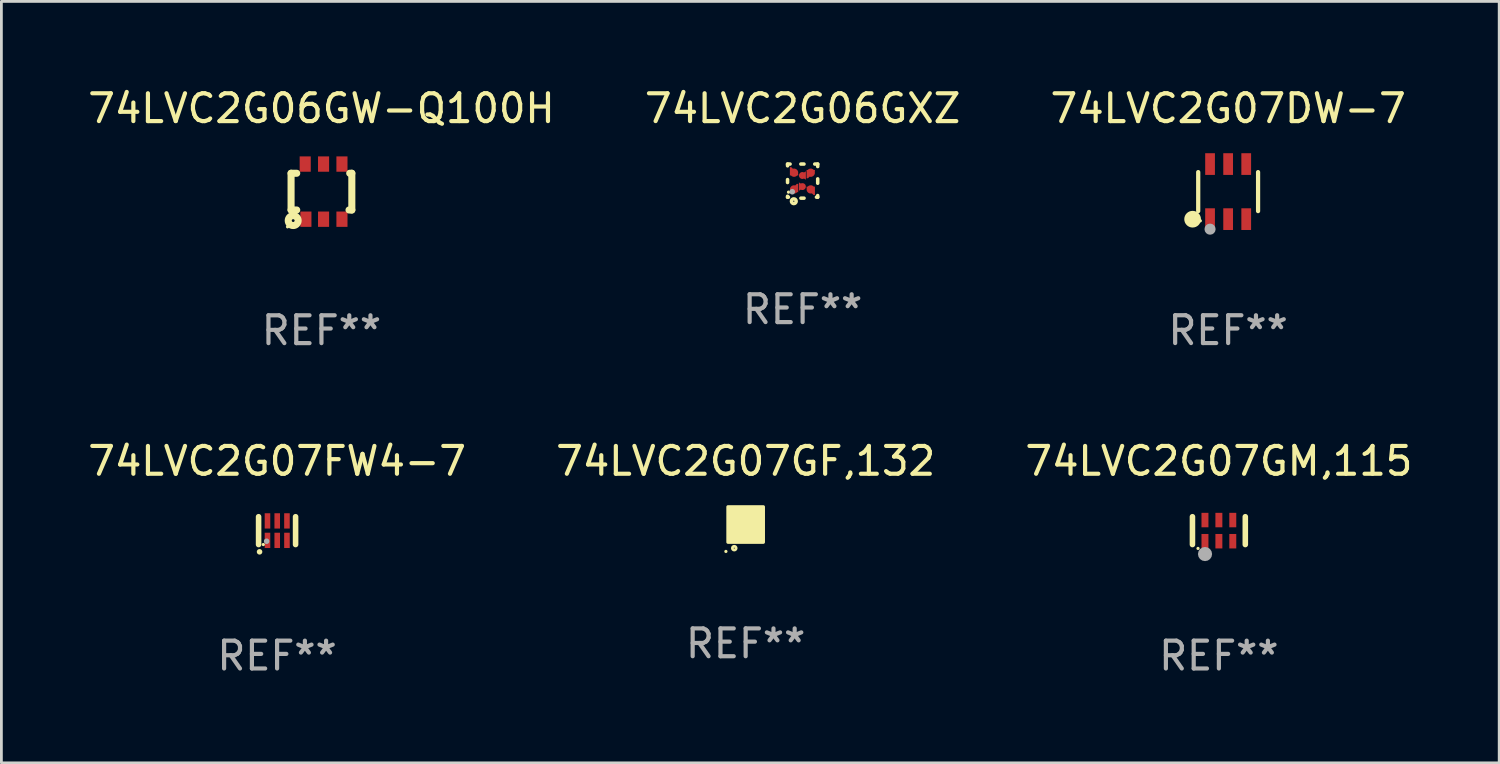
<source format=kicad_pcb>
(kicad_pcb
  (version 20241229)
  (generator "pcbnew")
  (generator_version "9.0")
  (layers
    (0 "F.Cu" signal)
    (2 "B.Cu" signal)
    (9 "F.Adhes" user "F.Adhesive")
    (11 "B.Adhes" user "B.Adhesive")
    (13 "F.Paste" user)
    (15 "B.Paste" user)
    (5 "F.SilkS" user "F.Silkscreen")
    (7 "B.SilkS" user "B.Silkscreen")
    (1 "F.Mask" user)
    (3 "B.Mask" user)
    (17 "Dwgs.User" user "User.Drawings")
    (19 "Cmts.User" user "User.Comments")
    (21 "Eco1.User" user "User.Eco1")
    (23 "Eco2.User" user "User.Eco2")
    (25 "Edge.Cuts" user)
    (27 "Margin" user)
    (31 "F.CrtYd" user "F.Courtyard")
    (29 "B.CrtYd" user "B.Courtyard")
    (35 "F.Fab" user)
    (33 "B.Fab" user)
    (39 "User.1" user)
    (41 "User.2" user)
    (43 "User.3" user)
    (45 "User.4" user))
  (footprint "74LVC2G06GXZ"
    (layer "F.Cu")
    (at 25.804 3.461)
    (property "Reference" "74LVC2G06GXZ" (at 0 -2.613 0) (layer "F.SilkS") (effects (font (size 1 1) (thickness 0.15))))
    (attr through_hole)
    (fp_line (start -0.542 -0.613) (end -0.451 -0.613) (stroke (width 0.127) (type solid)) (layer "F.SilkS"))
    (fp_line (start -0.542 -0.55) (end -0.542 -0.613) (stroke (width 0.127) (type solid)) (layer "F.SilkS"))
    (fp_line (start -0.542 0.05) (end -0.542 -0.055) (stroke (width 0.127) (type solid)) (layer "F.SilkS"))
    (fp_line (start -0.542 0.577) (end -0.542 0.545) (stroke (width 0.127) (type solid)) (layer "F.SilkS"))
    (fp_line (start -0.512 0.577) (end -0.542 0.577) (stroke (width 0.127) (type solid)) (layer "F.SilkS"))
    (fp_line (start -0.064 -0.613) (end 0.049 -0.613) (stroke (width 0.127) (type solid)) (layer "F.SilkS"))
    (fp_line (start -0.062 0.613) (end 0.051 0.613) (stroke (width 0.127) (type solid)) (layer "F.SilkS"))
    (fp_line (start 0.436 -0.613) (end 0.542 -0.613) (stroke (width 0.127) (type solid)) (layer "F.SilkS"))
    (fp_line (start 0.542 -0.613) (end 0.542 -0.524) (stroke (width 0.127) (type solid)) (layer "F.SilkS"))
    (fp_line (start 0.542 -0.081) (end 0.542 0.076) (stroke (width 0.127) (type solid)) (layer "F.SilkS"))
    (fp_line (start 0.542 0.519) (end 0.542 0.577) (stroke (width 0.127) (type solid)) (layer "F.SilkS"))
    (fp_line (start 0.542 0.577) (end 0.497 0.577) (stroke (width 0.127) (type solid)) (layer "F.SilkS"))
    (fp_circle (center -0.508 0.397) (end -0.478 0.397) (stroke (width 0.06) (type solid)) (fill no) (layer "F.SilkS"))
    (fp_circle (center -0.317 0.723) (end -0.296 0.723) (stroke (width 0.127) (type solid)) (fill no) (layer "F.SilkS"))
    (fp_circle (center -0.373 0.382) (end -0.322 0.382) (stroke (width 0.1) (type solid)) (fill no) (layer "F.Fab"))
    (fp_text user "REF**" (at 0 4.613 0) (layer "F.Fab") (effects (font (size 1 1) (thickness 0.15))))
    (pad "1" smd custom (at -0.308 0.298 90) (size 0.3 0.3) (layers "F.Cu" "F.Mask" "F.Paste") (options (anchor circle)) (primitives (gr_poly (pts (xy -0.1 0.15) (xy 0.2 0.15) (xy 0.2 0.1) (xy -0.05 -0.15) (xy -0.1 -0.15)) (width 0) (fill yes))))
    (pad "2" smd custom (at -0.008 0.197 90) (size 0.25 0.3) (layers "F.Cu" "F.Mask" "F.Paste") (options (anchor circle)) (primitives (gr_poly (pts (xy -0.15 -0.125) (xy 0.15 -0.125) (xy 0.000076 0.125)) (width 0) (fill yes))))
    (pad "3" smd custom (at 0.292 0.298 90) (size 0.3 0.3) (layers "F.Cu" "F.Mask" "F.Paste") (options (anchor circle)) (primitives (gr_poly (pts (xy 0.1 0.15) (xy 0.1 -0.15) (xy 0.05 -0.15) (xy -0.2 0.1) (xy -0.2 0.15)) (width 0) (fill yes))))
    (pad "4" smd custom (at 0.292 -0.302 90) (size 0.3 0.3) (layers "F.Cu" "F.Mask" "F.Paste") (options (anchor circle)) (primitives (gr_poly (pts (xy 0.1 -0.15) (xy -0.2 -0.15) (xy -0.2 -0.1) (xy 0.05 0.15) (xy 0.1 0.15)) (width 0) (fill yes))))
    (pad "5" smd custom (at -0.008 -0.202 90) (size 0.25 0.3) (layers "F.Cu" "F.Mask" "F.Paste") (options (anchor circle)) (primitives (gr_poly (pts (xy -0.15 0.125) (xy 0.15 0.125) (xy 0.000051 -0.125)) (width 0) (fill yes))))
    (pad "6" smd custom (at -0.308 -0.302 90) (size 0.3 0.3) (layers "F.Cu" "F.Mask" "F.Paste") (options (anchor circle)) (primitives (gr_poly (pts (xy -0.1 -0.15) (xy 0.2 -0.15) (xy 0.2 -0.1) (xy -0.05 0.15) (xy -0.1 0.15)) (width 0) (fill yes)))))
  (footprint "74LVC2G07DW-7"
    (layer "F.Cu")
    (at 41.101 3.838)
    (property "Reference" "74LVC2G07DW-7" (at 0 -2.99 0) (layer "F.SilkS") (effects (font (size 1 1) (thickness 0.15))))
    (attr through_hole)
    (fp_line (start -1.076 0.701) (end -1.076 -0.701) (stroke (width 0.152) (type solid)) (layer "F.SilkS"))
    (fp_line (start 1.076 0.701) (end 1.076 -0.701) (stroke (width 0.152) (type solid)) (layer "F.SilkS"))
    (fp_circle (center -1.277 0.992) (end -1.127 0.992) (stroke (width 0.3) (type solid)) (fill no) (layer "F.SilkS"))
    (fp_circle (center -1 1.05) (end -0.97 1.05) (stroke (width 0.06) (type solid)) (fill no) (layer "F.SilkS"))
    (fp_circle (center -0.65 1.35) (end -0.55 1.35) (stroke (width 0.2) (type solid)) (fill no) (layer "F.Fab"))
    (fp_text user "REF**" (at 0 4.99 0) (layer "F.Fab") (effects (font (size 1 1) (thickness 0.15))))
    (pad "1" smd rect (at -0.65 0.99) (size 0.35 0.78) (layers "F.Cu" "F.Mask" "F.Paste"))
    (pad "2" smd rect (at 0 0.99) (size 0.35 0.78) (layers "F.Cu" "F.Mask" "F.Paste"))
    (pad "3" smd rect (at 0.65 0.99) (size 0.35 0.78) (layers "F.Cu" "F.Mask" "F.Paste"))
    (pad "4" smd rect (at 0.65 -0.99) (size 0.35 0.78) (layers "F.Cu" "F.Mask" "F.Paste"))
    (pad "5" smd rect (at 0 -0.99) (size 0.35 0.78) (layers "F.Cu" "F.Mask" "F.Paste"))
    (pad "6" smd rect (at -0.65 -0.99) (size 0.35 0.78) (layers "F.Cu" "F.Mask" "F.Paste")))
  (footprint "74LVC2G07GM,115"
    (layer "F.Cu")
    (at 40.768 16.026)
    (property "Reference" "74LVC2G07GM,115" (at 0 -2.5 0) (layer "F.SilkS") (effects (font (size 1 1) (thickness 0.15))))
    (attr through_hole)
    (fp_line (start -0.95 0.5) (end -0.95 -0.5) (stroke (width 0.2) (type solid)) (layer "F.SilkS"))
    (fp_line (start 0.95 0.5) (end 0.95 -0.5) (stroke (width 0.2) (type solid)) (layer "F.SilkS"))
    (fp_circle (center -0.75 0.64) (end -0.72 0.64) (stroke (width 0.06) (type solid)) (fill no) (layer "F.SilkS"))
    (fp_circle (center -0.498 0.842) (end -0.371 0.842) (stroke (width 0.254) (type solid)) (fill no) (layer "F.Fab"))
    (fp_text user "REF**" (at 0 4.5 0) (layer "F.Fab") (effects (font (size 1 1) (thickness 0.15))))
    (pad "1" smd rect (at -0.5 0.38) (size 0.25 0.52) (layers "F.Cu" "F.Mask" "F.Paste"))
    (pad "2" smd rect (at 0 0.38) (size 0.25 0.52) (layers "F.Cu" "F.Mask" "F.Paste"))
    (pad "3" smd rect (at 0.5 0.38) (size 0.25 0.52) (layers "F.Cu" "F.Mask" "F.Paste"))
    (pad "4" smd rect (at 0.5 -0.38 180) (size 0.25 0.52) (layers "F.Cu" "F.Mask" "F.Paste"))
    (pad "5" smd rect (at 0 -0.38 180) (size 0.25 0.52) (layers "F.Cu" "F.Mask" "F.Paste"))
    (pad "6" smd rect (at -0.5 -0.38 180) (size 0.25 0.52) (layers "F.Cu" "F.Mask" "F.Paste")))
  (footprint "74LVC2G07FW4-7"
    (layer "F.Cu")
    (at 6.911 16.026)
    (property "Reference" "74LVC2G07FW4-7" (at 0 -2.5 0) (layer "F.SilkS") (effects (font (size 1 1) (thickness 0.15))))
    (attr through_hole)
    (fp_line (start -0.665 0.5) (end -0.665 -0.5) (stroke (width 0.2) (type solid)) (layer "F.SilkS"))
    (fp_line (start 0.665 0.5) (end 0.665 -0.5) (stroke (width 0.2) (type solid)) (layer "F.SilkS"))
    (fp_circle (center -0.63 0.762) (end -0.58 0.762) (stroke (width 0.1) (type solid)) (fill no) (layer "F.SilkS"))
    (fp_circle (center -0.495 0.5) (end -0.465 0.5) (stroke (width 0.06) (type solid)) (fill no) (layer "F.SilkS"))
    (fp_circle (center -0.376 0.381) (end -0.326 0.381) (stroke (width 0.1) (type solid)) (fill no) (layer "F.Fab"))
    (fp_text user "REF**" (at 0 4.5 0) (layer "F.Fab") (effects (font (size 1 1) (thickness 0.15))))
    (pad "1" smd rect (at -0.345 0.35 180) (size 0.2 0.55) (layers "F.Cu" "F.Mask" "F.Paste"))
    (pad "2" smd rect (at 0.005 0.35 180) (size 0.2 0.55) (layers "F.Cu" "F.Mask" "F.Paste"))
    (pad "3" smd rect (at 0.355 0.35 180) (size 0.2 0.55) (layers "F.Cu" "F.Mask" "F.Paste"))
    (pad "4" smd rect (at 0.355 -0.35 180) (size 0.2 0.55) (layers "F.Cu" "F.Mask" "F.Paste"))
    (pad "5" smd rect (at 0.005 -0.35 180) (size 0.2 0.55) (layers "F.Cu" "F.Mask" "F.Paste"))
    (pad "6" smd rect (at -0.345 -0.35 180) (size 0.2 0.55) (layers "F.Cu" "F.Mask" "F.Paste")))
  (footprint "74LVC2G07GF,132"
    (layer "F.Cu")
    (at 23.756 15.806)
    (property "Reference" "74LVC2G07GF,132" (at 0 -2.28 0) (layer "F.SilkS") (effects (font (size 1 1) (thickness 0.15))))
    (attr through_hole)
    (fp_circle (center -0.71 0.968) (end -0.68 0.968) (stroke (width 0.06) (type solid)) (fill no) (layer "F.SilkS"))
    (fp_circle (center -0.41 0.85) (end -0.342 0.85) (stroke (width 0.1) (type solid)) (fill no) (layer "F.SilkS"))
    (fp_poly (pts (xy -0.635 -0.635) (xy 0.635 -0.635) (xy 0.635 0.635) (xy -0.635 0.635)) (stroke (width 0.12) (type solid)) (fill yes) (layer "F.SilkS"))
    (fp_text user "REF**" (at 0 4.28 0) (layer "F.Fab") (effects (font (size 1 1) (thickness 0.15))))
    (pad "1" smd rect (at -0.35 0.28 90) (size 0.35 0.2) (layers "F.Cu" "F.Mask" "F.Paste"))
    (pad "2" smd rect (at 0 0.28 90) (size 0.35 0.2) (layers "F.Cu" "F.Mask" "F.Paste"))
    (pad "3" smd rect (at 0.35 0.28 90) (size 0.35 0.2) (layers "F.Cu" "F.Mask" "F.Paste"))
    (pad "4" smd rect (at 0.35 -0.28 90) (size 0.35 0.2) (layers "F.Cu" "F.Mask" "F.Paste"))
    (pad "5" smd rect (at 0 -0.28 90) (size 0.35 0.2) (layers "F.Cu" "F.Mask" "F.Paste"))
    (pad "6" smd rect (at -0.35 -0.28 90) (size 0.35 0.2) (layers "F.Cu" "F.Mask" "F.Paste")))
  (footprint "74LVC2G06GW-Q100H"
    (layer "F.Cu")
    (at 8.506 3.839)
    (property "Reference" "74LVC2G06GW-Q100H" (at 0 -2.991 0) (layer "F.SilkS") (effects (font (size 1 1) (thickness 0.15))))
    (attr through_hole)
    (fp_line (start -1.092 -0.66) (end -0.889 -0.66) (stroke (width 0.254) (type solid)) (layer "F.SilkS"))
    (fp_line (start -1.092 0.66) (end -1.092 -0.66) (stroke (width 0.254) (type solid)) (layer "F.SilkS"))
    (fp_line (start -0.889 0.66) (end -1.092 0.66) (stroke (width 0.254) (type solid)) (layer "F.SilkS"))
    (fp_line (start 0.991 0.66) (end 1.092 0.66) (stroke (width 0.254) (type solid)) (layer "F.SilkS"))
    (fp_line (start 1.092 -0.66) (end 1.016 -0.66) (stroke (width 0.254) (type solid)) (layer "F.SilkS"))
    (fp_line (start 1.092 0.66) (end 1.092 -0.66) (stroke (width 0.254) (type solid)) (layer "F.SilkS"))
    (fp_circle (center -1.219 1.266) (end -1.189 1.266) (stroke (width 0.06) (type solid)) (fill no) (layer "F.SilkS"))
    (fp_circle (center -1.016 1.041) (end -0.965 1.041) (stroke (width 0.254) (type solid)) (fill no) (layer "F.SilkS"))
    (fp_text user "REF**" (at 0 4.991 0) (layer "F.Fab") (effects (font (size 1 1) (thickness 0.15))))
    (pad "1" smd rect (at -0.559 0.991 180) (size 0.399 0.551) (layers "F.Cu" "F.Mask" "F.Paste"))
    (pad "2" smd rect (at 0.076 0.991 180) (size 0.399 0.551) (layers "F.Cu" "F.Mask" "F.Paste"))
    (pad "3" smd rect (at 0.737 0.991 180) (size 0.399 0.551) (layers "F.Cu" "F.Mask" "F.Paste"))
    (pad "4" smd rect (at 0.737 -0.991 180) (size 0.399 0.551) (layers "F.Cu" "F.Mask" "F.Paste"))
    (pad "5" smd rect (at 0.076 -0.991 180) (size 0.399 0.551) (layers "F.Cu" "F.Mask" "F.Paste"))
    (pad "6" smd rect (at -0.584 -0.991 180) (size 0.399 0.551) (layers "F.Cu" "F.Mask" "F.Paste")))
  (gr_rect
    (start -3 -3)
    (end 50.845 24.375)
    (stroke (width 0.1) (type default))
    (fill no)
    (layer "Edge.Cuts")))
</source>
